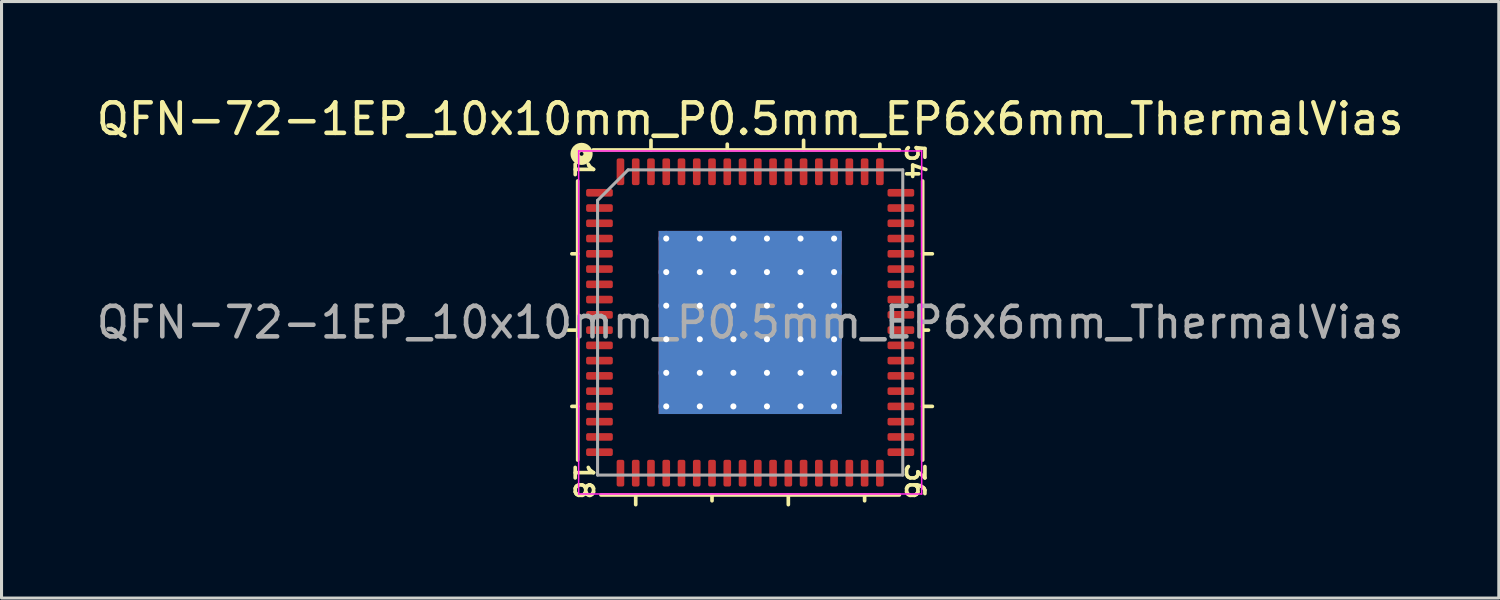
<source format=kicad_pcb>
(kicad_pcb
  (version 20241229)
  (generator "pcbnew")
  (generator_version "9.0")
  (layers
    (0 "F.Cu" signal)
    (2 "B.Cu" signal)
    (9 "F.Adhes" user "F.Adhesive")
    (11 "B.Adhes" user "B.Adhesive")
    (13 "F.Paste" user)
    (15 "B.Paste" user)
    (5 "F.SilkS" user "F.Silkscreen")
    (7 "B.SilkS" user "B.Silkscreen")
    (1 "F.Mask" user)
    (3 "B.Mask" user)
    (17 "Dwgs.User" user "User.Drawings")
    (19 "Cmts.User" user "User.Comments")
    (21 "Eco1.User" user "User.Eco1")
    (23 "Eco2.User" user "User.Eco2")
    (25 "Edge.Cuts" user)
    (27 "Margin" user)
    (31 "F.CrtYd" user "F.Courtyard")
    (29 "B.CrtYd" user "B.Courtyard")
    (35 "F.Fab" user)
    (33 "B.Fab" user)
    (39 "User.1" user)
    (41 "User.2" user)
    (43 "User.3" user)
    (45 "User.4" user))
  (footprint "QFN-72-1EP_10x10mm_P0.5mm_EP6x6mm_ThermalVias"
    (layer "F.Cu")
    (at 21.53 7.516)
    (property "Reference" "QFN-72-1EP_10x10mm_P0.5mm_EP6x6mm_ThermalVias" (at 0 -6.668 0) (layer "F.SilkS") (effects (font (size 1 1) (thickness 0.15))))
    (attr smd)
    (fp_line (start -5.652 -4.636) (end -5.652 4.508) (stroke (width 0.12) (type solid)) (layer "F.SilkS"))
    (fp_line (start -5.652 -2.25) (end -5.842 -2.25) (stroke (width 0.12) (type solid)) (layer "F.SilkS"))
    (fp_line (start -5.652 0.25) (end -5.969 0.25) (stroke (width 0.12) (type solid)) (layer "F.SilkS"))
    (fp_line (start -5.652 2.75) (end -5.842 2.75) (stroke (width 0.12) (type solid)) (layer "F.SilkS"))
    (fp_line (start -4.889 5.652) (end 4.889 5.652) (stroke (width 0.12) (type solid)) (layer "F.SilkS"))
    (fp_line (start -3.75 5.652) (end -3.75 5.969) (stroke (width 0.12) (type solid)) (layer "F.SilkS"))
    (fp_line (start -3.25 -5.652) (end -3.25 -5.969) (stroke (width 0.12) (type solid)) (layer "F.SilkS"))
    (fp_line (start -1.25 5.652) (end -1.25 5.842) (stroke (width 0.12) (type solid)) (layer "F.SilkS"))
    (fp_line (start -0.75 -5.652) (end -0.75 -5.842) (stroke (width 0.12) (type solid)) (layer "F.SilkS"))
    (fp_line (start 1.25 5.652) (end 1.25 5.969) (stroke (width 0.12) (type solid)) (layer "F.SilkS"))
    (fp_line (start 1.75 -5.652) (end 1.75 -5.969) (stroke (width 0.12) (type solid)) (layer "F.SilkS"))
    (fp_line (start 3.75 5.652) (end 3.75 5.842) (stroke (width 0.12) (type solid)) (layer "F.SilkS"))
    (fp_line (start 4.25 -5.652) (end 4.25 -5.842) (stroke (width 0.12) (type solid)) (layer "F.SilkS"))
    (fp_line (start 4.889 -5.652) (end -5.144 -5.652) (stroke (width 0.12) (type solid)) (layer "F.SilkS"))
    (fp_line (start 5.652 -2.25) (end 5.969 -2.25) (stroke (width 0.12) (type solid)) (layer "F.SilkS"))
    (fp_line (start 5.652 0.25) (end 5.842 0.25) (stroke (width 0.12) (type solid)) (layer "F.SilkS"))
    (fp_line (start 5.652 2.75) (end 5.969 2.75) (stroke (width 0.12) (type solid)) (layer "F.SilkS"))
    (fp_line (start 5.652 4.508) (end 5.652 -4.636) (stroke (width 0.12) (type solid)) (layer "F.SilkS"))
    (fp_circle (center -5.524 -5.524) (end -5.461 -5.524) (stroke (width 0.3) (type solid)) (fill no) (layer "F.SilkS"))
    (fp_line (start -5.62 -5.62) (end -5.62 5.62) (stroke (width 0.05) (type solid)) (layer "F.CrtYd"))
    (fp_line (start -5.62 5.62) (end 5.62 5.62) (stroke (width 0.05) (type solid)) (layer "F.CrtYd"))
    (fp_line (start 5.62 -5.62) (end -5.62 -5.62) (stroke (width 0.05) (type solid)) (layer "F.CrtYd"))
    (fp_line (start 5.62 5.62) (end 5.62 -5.62) (stroke (width 0.05) (type solid)) (layer "F.CrtYd"))
    (fp_line (start -5 -4) (end -4 -5) (stroke (width 0.1) (type solid)) (layer "F.Fab"))
    (fp_line (start -5 5) (end -5 -4) (stroke (width 0.1) (type solid)) (layer "F.Fab"))
    (fp_line (start -4 -5) (end 5 -5) (stroke (width 0.1) (type solid)) (layer "F.Fab"))
    (fp_line (start 5 -5) (end 5 5) (stroke (width 0.1) (type solid)) (layer "F.Fab"))
    (fp_line (start 5 5) (end -5 5) (stroke (width 0.1) (type solid)) (layer "F.Fab"))
    (fp_text user "36" (at 5.397 5.207 270) (unlocked yes) (layer "F.SilkS") (effects (font (size 0.6 0.6) (thickness 0.12))))
    (fp_text user "18" (at -5.461 5.207 270) (unlocked yes) (layer "F.SilkS") (effects (font (size 0.6 0.6) (thickness 0.12))))
    (fp_text user "54" (at 5.397 -5.271 270) (unlocked yes) (layer "F.SilkS") (effects (font (size 0.6 0.6) (thickness 0.12))))
    (fp_text user "1" (at -5.461 -5.016 270) (unlocked yes) (layer "F.SilkS") (effects (font (size 0.6 0.6) (thickness 0.12))))
    (fp_text user "${REFERENCE}" (at 0 0 0) (layer "F.Fab") (effects (font (size 1 1) (thickness 0.15))))
    (pad "" smd roundrect (at -2.2 -2.2) (size 0.93 0.93) (layers "F.Paste") (roundrect_rratio 0.25))
    (pad "" smd roundrect (at -2.2 -1.1) (size 0.93 0.93) (layers "F.Paste") (roundrect_rratio 0.25))
    (pad "" smd roundrect (at -2.2 0) (size 0.93 0.93) (layers "F.Paste") (roundrect_rratio 0.25))
    (pad "" smd roundrect (at -2.2 1.1) (size 0.93 0.93) (layers "F.Paste") (roundrect_rratio 0.25))
    (pad "" smd roundrect (at -2.2 2.2) (size 0.93 0.93) (layers "F.Paste") (roundrect_rratio 0.25))
    (pad "" smd roundrect (at -1.1 -2.2) (size 0.93 0.93) (layers "F.Paste") (roundrect_rratio 0.25))
    (pad "" smd roundrect (at -1.1 -1.1) (size 0.93 0.93) (layers "F.Paste") (roundrect_rratio 0.25))
    (pad "" smd roundrect (at -1.1 0) (size 0.93 0.93) (layers "F.Paste") (roundrect_rratio 0.25))
    (pad "" smd roundrect (at -1.1 1.1) (size 0.93 0.93) (layers "F.Paste") (roundrect_rratio 0.25))
    (pad "" smd roundrect (at -1.1 2.2) (size 0.93 0.93) (layers "F.Paste") (roundrect_rratio 0.25))
    (pad "" smd roundrect (at 0 -2.2) (size 0.93 0.93) (layers "F.Paste") (roundrect_rratio 0.25))
    (pad "" smd roundrect (at 0 -1.1) (size 0.93 0.93) (layers "F.Paste") (roundrect_rratio 0.25))
    (pad "" smd roundrect (at 0 0) (size 0.93 0.93) (layers "F.Paste") (roundrect_rratio 0.25))
    (pad "" smd roundrect (at 0 1.1) (size 0.93 0.93) (layers "F.Paste") (roundrect_rratio 0.25))
    (pad "" smd roundrect (at 0 2.2) (size 0.93 0.93) (layers "F.Paste") (roundrect_rratio 0.25))
    (pad "" smd roundrect (at 1.1 -2.2) (size 0.93 0.93) (layers "F.Paste") (roundrect_rratio 0.25))
    (pad "" smd roundrect (at 1.1 -1.1) (size 0.93 0.93) (layers "F.Paste") (roundrect_rratio 0.25))
    (pad "" smd roundrect (at 1.1 0) (size 0.93 0.93) (layers "F.Paste") (roundrect_rratio 0.25))
    (pad "" smd roundrect (at 1.1 1.1) (size 0.93 0.93) (layers "F.Paste") (roundrect_rratio 0.25))
    (pad "" smd roundrect (at 1.1 2.2) (size 0.93 0.93) (layers "F.Paste") (roundrect_rratio 0.25))
    (pad "" smd roundrect (at 2.2 -2.2) (size 0.93 0.93) (layers "F.Paste") (roundrect_rratio 0.25))
    (pad "" smd roundrect (at 2.2 -1.1) (size 0.93 0.93) (layers "F.Paste") (roundrect_rratio 0.25))
    (pad "" smd roundrect (at 2.2 0) (size 0.93 0.93) (layers "F.Paste") (roundrect_rratio 0.25))
    (pad "" smd roundrect (at 2.2 1.1) (size 0.93 0.93) (layers "F.Paste") (roundrect_rratio 0.25))
    (pad "" smd roundrect (at 2.2 2.2) (size 0.93 0.93) (layers "F.Paste") (roundrect_rratio 0.25))
    (pad "1" smd roundrect (at -4.938 -4.25) (size 0.875 0.25) (layers "F.Cu" "F.Mask" "F.Paste") (roundrect_rratio 0.25))
    (pad "2" smd roundrect (at -4.938 -3.75) (size 0.875 0.25) (layers "F.Cu" "F.Mask" "F.Paste") (roundrect_rratio 0.25))
    (pad "3" smd roundrect (at -4.938 -3.25) (size 0.875 0.25) (layers "F.Cu" "F.Mask" "F.Paste") (roundrect_rratio 0.25))
    (pad "4" smd roundrect (at -4.938 -2.75) (size 0.875 0.25) (layers "F.Cu" "F.Mask" "F.Paste") (roundrect_rratio 0.25))
    (pad "5" smd roundrect (at -4.938 -2.25) (size 0.875 0.25) (layers "F.Cu" "F.Mask" "F.Paste") (roundrect_rratio 0.25))
    (pad "6" smd roundrect (at -4.938 -1.75) (size 0.875 0.25) (layers "F.Cu" "F.Mask" "F.Paste") (roundrect_rratio 0.25))
    (pad "7" smd roundrect (at -4.938 -1.25) (size 0.875 0.25) (layers "F.Cu" "F.Mask" "F.Paste") (roundrect_rratio 0.25))
    (pad "8" smd roundrect (at -4.938 -0.75) (size 0.875 0.25) (layers "F.Cu" "F.Mask" "F.Paste") (roundrect_rratio 0.25))
    (pad "9" smd roundrect (at -4.938 -0.25) (size 0.875 0.25) (layers "F.Cu" "F.Mask" "F.Paste") (roundrect_rratio 0.25))
    (pad "10" smd roundrect (at -4.938 0.25) (size 0.875 0.25) (layers "F.Cu" "F.Mask" "F.Paste") (roundrect_rratio 0.25))
    (pad "11" smd roundrect (at -4.938 0.75) (size 0.875 0.25) (layers "F.Cu" "F.Mask" "F.Paste") (roundrect_rratio 0.25))
    (pad "12" smd roundrect (at -4.938 1.25) (size 0.875 0.25) (layers "F.Cu" "F.Mask" "F.Paste") (roundrect_rratio 0.25))
    (pad "13" smd roundrect (at -4.938 1.75) (size 0.875 0.25) (layers "F.Cu" "F.Mask" "F.Paste") (roundrect_rratio 0.25))
    (pad "14" smd roundrect (at -4.938 2.25) (size 0.875 0.25) (layers "F.Cu" "F.Mask" "F.Paste") (roundrect_rratio 0.25))
    (pad "15" smd roundrect (at -4.938 2.75) (size 0.875 0.25) (layers "F.Cu" "F.Mask" "F.Paste") (roundrect_rratio 0.25))
    (pad "16" smd roundrect (at -4.938 3.25) (size 0.875 0.25) (layers "F.Cu" "F.Mask" "F.Paste") (roundrect_rratio 0.25))
    (pad "17" smd roundrect (at -4.938 3.75) (size 0.875 0.25) (layers "F.Cu" "F.Mask" "F.Paste") (roundrect_rratio 0.25))
    (pad "18" smd roundrect (at -4.938 4.25) (size 0.875 0.25) (layers "F.Cu" "F.Mask" "F.Paste") (roundrect_rratio 0.25))
    (pad "19" smd roundrect (at -4.25 4.938) (size 0.25 0.875) (layers "F.Cu" "F.Mask" "F.Paste") (roundrect_rratio 0.25))
    (pad "20" smd roundrect (at -3.75 4.938) (size 0.25 0.875) (layers "F.Cu" "F.Mask" "F.Paste") (roundrect_rratio 0.25))
    (pad "21" smd roundrect (at -3.25 4.938) (size 0.25 0.875) (layers "F.Cu" "F.Mask" "F.Paste") (roundrect_rratio 0.25))
    (pad "22" smd roundrect (at -2.75 4.938) (size 0.25 0.875) (layers "F.Cu" "F.Mask" "F.Paste") (roundrect_rratio 0.25))
    (pad "23" smd roundrect (at -2.25 4.938) (size 0.25 0.875) (layers "F.Cu" "F.Mask" "F.Paste") (roundrect_rratio 0.25))
    (pad "24" smd roundrect (at -1.75 4.938) (size 0.25 0.875) (layers "F.Cu" "F.Mask" "F.Paste") (roundrect_rratio 0.25))
    (pad "25" smd roundrect (at -1.25 4.938) (size 0.25 0.875) (layers "F.Cu" "F.Mask" "F.Paste") (roundrect_rratio 0.25))
    (pad "26" smd roundrect (at -0.75 4.938) (size 0.25 0.875) (layers "F.Cu" "F.Mask" "F.Paste") (roundrect_rratio 0.25))
    (pad "27" smd roundrect (at -0.25 4.938) (size 0.25 0.875) (layers "F.Cu" "F.Mask" "F.Paste") (roundrect_rratio 0.25))
    (pad "28" smd roundrect (at 0.25 4.938) (size 0.25 0.875) (layers "F.Cu" "F.Mask" "F.Paste") (roundrect_rratio 0.25))
    (pad "29" smd roundrect (at 0.75 4.938) (size 0.25 0.875) (layers "F.Cu" "F.Mask" "F.Paste") (roundrect_rratio 0.25))
    (pad "30" smd roundrect (at 1.25 4.938) (size 0.25 0.875) (layers "F.Cu" "F.Mask" "F.Paste") (roundrect_rratio 0.25))
    (pad "31" smd roundrect (at 1.75 4.938) (size 0.25 0.875) (layers "F.Cu" "F.Mask" "F.Paste") (roundrect_rratio 0.25))
    (pad "32" smd roundrect (at 2.25 4.938) (size 0.25 0.875) (layers "F.Cu" "F.Mask" "F.Paste") (roundrect_rratio 0.25))
    (pad "33" smd roundrect (at 2.75 4.938) (size 0.25 0.875) (layers "F.Cu" "F.Mask" "F.Paste") (roundrect_rratio 0.25))
    (pad "34" smd roundrect (at 3.25 4.938) (size 0.25 0.875) (layers "F.Cu" "F.Mask" "F.Paste") (roundrect_rratio 0.25))
    (pad "35" smd roundrect (at 3.75 4.938) (size 0.25 0.875) (layers "F.Cu" "F.Mask" "F.Paste") (roundrect_rratio 0.25))
    (pad "36" smd roundrect (at 4.25 4.938) (size 0.25 0.875) (layers "F.Cu" "F.Mask" "F.Paste") (roundrect_rratio 0.25))
    (pad "37" smd roundrect (at 4.938 4.25) (size 0.875 0.25) (layers "F.Cu" "F.Mask" "F.Paste") (roundrect_rratio 0.25))
    (pad "38" smd roundrect (at 4.938 3.75) (size 0.875 0.25) (layers "F.Cu" "F.Mask" "F.Paste") (roundrect_rratio 0.25))
    (pad "39" smd roundrect (at 4.938 3.25) (size 0.875 0.25) (layers "F.Cu" "F.Mask" "F.Paste") (roundrect_rratio 0.25))
    (pad "40" smd roundrect (at 4.938 2.75) (size 0.875 0.25) (layers "F.Cu" "F.Mask" "F.Paste") (roundrect_rratio 0.25))
    (pad "41" smd roundrect (at 4.938 2.25) (size 0.875 0.25) (layers "F.Cu" "F.Mask" "F.Paste") (roundrect_rratio 0.25))
    (pad "42" smd roundrect (at 4.938 1.75) (size 0.875 0.25) (layers "F.Cu" "F.Mask" "F.Paste") (roundrect_rratio 0.25))
    (pad "43" smd roundrect (at 4.938 1.25) (size 0.875 0.25) (layers "F.Cu" "F.Mask" "F.Paste") (roundrect_rratio 0.25))
    (pad "44" smd roundrect (at 4.938 0.75) (size 0.875 0.25) (layers "F.Cu" "F.Mask" "F.Paste") (roundrect_rratio 0.25))
    (pad "45" smd roundrect (at 4.938 0.25) (size 0.875 0.25) (layers "F.Cu" "F.Mask" "F.Paste") (roundrect_rratio 0.25))
    (pad "46" smd roundrect (at 4.938 -0.25) (size 0.875 0.25) (layers "F.Cu" "F.Mask" "F.Paste") (roundrect_rratio 0.25))
    (pad "47" smd roundrect (at 4.938 -0.75) (size 0.875 0.25) (layers "F.Cu" "F.Mask" "F.Paste") (roundrect_rratio 0.25))
    (pad "48" smd roundrect (at 4.938 -1.25) (size 0.875 0.25) (layers "F.Cu" "F.Mask" "F.Paste") (roundrect_rratio 0.25))
    (pad "49" smd roundrect (at 4.938 -1.75) (size 0.875 0.25) (layers "F.Cu" "F.Mask" "F.Paste") (roundrect_rratio 0.25))
    (pad "50" smd roundrect (at 4.938 -2.25) (size 0.875 0.25) (layers "F.Cu" "F.Mask" "F.Paste") (roundrect_rratio 0.25))
    (pad "51" smd roundrect (at 4.938 -2.75) (size 0.875 0.25) (layers "F.Cu" "F.Mask" "F.Paste") (roundrect_rratio 0.25))
    (pad "52" smd roundrect (at 4.938 -3.25) (size 0.875 0.25) (layers "F.Cu" "F.Mask" "F.Paste") (roundrect_rratio 0.25))
    (pad "53" smd roundrect (at 4.938 -3.75) (size 0.875 0.25) (layers "F.Cu" "F.Mask" "F.Paste") (roundrect_rratio 0.25))
    (pad "54" smd roundrect (at 4.938 -4.25) (size 0.875 0.25) (layers "F.Cu" "F.Mask" "F.Paste") (roundrect_rratio 0.25))
    (pad "55" smd roundrect (at 4.25 -4.938) (size 0.25 0.875) (layers "F.Cu" "F.Mask" "F.Paste") (roundrect_rratio 0.25))
    (pad "56" smd roundrect (at 3.75 -4.938) (size 0.25 0.875) (layers "F.Cu" "F.Mask" "F.Paste") (roundrect_rratio 0.25))
    (pad "57" smd roundrect (at 3.25 -4.938) (size 0.25 0.875) (layers "F.Cu" "F.Mask" "F.Paste") (roundrect_rratio 0.25))
    (pad "58" smd roundrect (at 2.75 -4.938) (size 0.25 0.875) (layers "F.Cu" "F.Mask" "F.Paste") (roundrect_rratio 0.25))
    (pad "59" smd roundrect (at 2.25 -4.938) (size 0.25 0.875) (layers "F.Cu" "F.Mask" "F.Paste") (roundrect_rratio 0.25))
    (pad "60" smd roundrect (at 1.75 -4.938) (size 0.25 0.875) (layers "F.Cu" "F.Mask" "F.Paste") (roundrect_rratio 0.25))
    (pad "61" smd roundrect (at 1.25 -4.938) (size 0.25 0.875) (layers "F.Cu" "F.Mask" "F.Paste") (roundrect_rratio 0.25))
    (pad "62" smd roundrect (at 0.75 -4.938) (size 0.25 0.875) (layers "F.Cu" "F.Mask" "F.Paste") (roundrect_rratio 0.25))
    (pad "63" smd roundrect (at 0.25 -4.938) (size 0.25 0.875) (layers "F.Cu" "F.Mask" "F.Paste") (roundrect_rratio 0.25))
    (pad "64" smd roundrect (at -0.25 -4.938) (size 0.25 0.875) (layers "F.Cu" "F.Mask" "F.Paste") (roundrect_rratio 0.25))
    (pad "65" smd roundrect (at -0.75 -4.938) (size 0.25 0.875) (layers "F.Cu" "F.Mask" "F.Paste") (roundrect_rratio 0.25))
    (pad "66" smd roundrect (at -1.25 -4.938) (size 0.25 0.875) (layers "F.Cu" "F.Mask" "F.Paste") (roundrect_rratio 0.25))
    (pad "67" smd roundrect (at -1.75 -4.938) (size 0.25 0.875) (layers "F.Cu" "F.Mask" "F.Paste") (roundrect_rratio 0.25))
    (pad "68" smd roundrect (at -2.25 -4.938) (size 0.25 0.875) (layers "F.Cu" "F.Mask" "F.Paste") (roundrect_rratio 0.25))
    (pad "69" smd roundrect (at -2.75 -4.938) (size 0.25 0.875) (layers "F.Cu" "F.Mask" "F.Paste") (roundrect_rratio 0.25))
    (pad "70" smd roundrect (at -3.25 -4.938) (size 0.25 0.875) (layers "F.Cu" "F.Mask" "F.Paste") (roundrect_rratio 0.25))
    (pad "71" smd roundrect (at -3.75 -4.938) (size 0.25 0.875) (layers "F.Cu" "F.Mask" "F.Paste") (roundrect_rratio 0.25))
    (pad "72" smd roundrect (at -4.25 -4.938) (size 0.25 0.875) (layers "F.Cu" "F.Mask" "F.Paste") (roundrect_rratio 0.25))
    (pad "73" thru_hole circle (at -2.75 -2.75) (size 0.5 0.5) (drill 0.2) (layers "*.Cu"))
    (pad "73" thru_hole circle (at -2.75 -1.65) (size 0.5 0.5) (drill 0.2) (layers "*.Cu"))
    (pad "73" thru_hole circle (at -2.75 -0.55) (size 0.5 0.5) (drill 0.2) (layers "*.Cu"))
    (pad "73" thru_hole circle (at -2.75 0.55) (size 0.5 0.5) (drill 0.2) (layers "*.Cu"))
    (pad "73" thru_hole circle (at -2.75 1.65) (size 0.5 0.5) (drill 0.2) (layers "*.Cu"))
    (pad "73" thru_hole circle (at -2.75 2.75) (size 0.5 0.5) (drill 0.2) (layers "*.Cu"))
    (pad "73" thru_hole circle (at -1.65 -2.75) (size 0.5 0.5) (drill 0.2) (layers "*.Cu"))
    (pad "73" thru_hole circle (at -1.65 -1.65) (size 0.5 0.5) (drill 0.2) (layers "*.Cu"))
    (pad "73" thru_hole circle (at -1.65 -0.55) (size 0.5 0.5) (drill 0.2) (layers "*.Cu"))
    (pad "73" thru_hole circle (at -1.65 0.55) (size 0.5 0.5) (drill 0.2) (layers "*.Cu"))
    (pad "73" thru_hole circle (at -1.65 1.65) (size 0.5 0.5) (drill 0.2) (layers "*.Cu"))
    (pad "73" thru_hole circle (at -1.65 2.75) (size 0.5 0.5) (drill 0.2) (layers "*.Cu"))
    (pad "73" thru_hole circle (at -0.55 -2.75) (size 0.5 0.5) (drill 0.2) (layers "*.Cu"))
    (pad "73" thru_hole circle (at -0.55 -1.65) (size 0.5 0.5) (drill 0.2) (layers "*.Cu"))
    (pad "73" thru_hole circle (at -0.55 -0.55) (size 0.5 0.5) (drill 0.2) (layers "*.Cu"))
    (pad "73" thru_hole circle (at -0.55 0.55) (size 0.5 0.5) (drill 0.2) (layers "*.Cu"))
    (pad "73" thru_hole circle (at -0.55 1.65) (size 0.5 0.5) (drill 0.2) (layers "*.Cu"))
    (pad "73" thru_hole circle (at -0.55 2.75) (size 0.5 0.5) (drill 0.2) (layers "*.Cu"))
    (pad "73" smd rect (at 0 0) (size 6 6) (layers "F.Cu" "F.Mask"))
    (pad "73" smd rect (at 0 0) (size 6 6) (layers "B.Cu" "B.Mask"))
    (pad "73" thru_hole circle (at 0.55 -2.75) (size 0.5 0.5) (drill 0.2) (layers "*.Cu"))
    (pad "73" thru_hole circle (at 0.55 -1.65) (size 0.5 0.5) (drill 0.2) (layers "*.Cu"))
    (pad "73" thru_hole circle (at 0.55 -0.55) (size 0.5 0.5) (drill 0.2) (layers "*.Cu"))
    (pad "73" thru_hole circle (at 0.55 0.55) (size 0.5 0.5) (drill 0.2) (layers "*.Cu"))
    (pad "73" thru_hole circle (at 0.55 1.65) (size 0.5 0.5) (drill 0.2) (layers "*.Cu"))
    (pad "73" thru_hole circle (at 0.55 2.75) (size 0.5 0.5) (drill 0.2) (layers "*.Cu"))
    (pad "73" thru_hole circle (at 1.65 -2.75) (size 0.5 0.5) (drill 0.2) (layers "*.Cu"))
    (pad "73" thru_hole circle (at 1.65 -1.65) (size 0.5 0.5) (drill 0.2) (layers "*.Cu"))
    (pad "73" thru_hole circle (at 1.65 -0.55) (size 0.5 0.5) (drill 0.2) (layers "*.Cu"))
    (pad "73" thru_hole circle (at 1.65 0.55) (size 0.5 0.5) (drill 0.2) (layers "*.Cu"))
    (pad "73" thru_hole circle (at 1.65 1.65) (size 0.5 0.5) (drill 0.2) (layers "*.Cu"))
    (pad "73" thru_hole circle (at 1.65 2.75) (size 0.5 0.5) (drill 0.2) (layers "*.Cu"))
    (pad "73" thru_hole circle (at 2.75 -2.75) (size 0.5 0.5) (drill 0.2) (layers "*.Cu"))
    (pad "73" thru_hole circle (at 2.75 -1.65) (size 0.5 0.5) (drill 0.2) (layers "*.Cu"))
    (pad "73" thru_hole circle (at 2.75 -0.55) (size 0.5 0.5) (drill 0.2) (layers "*.Cu"))
    (pad "73" thru_hole circle (at 2.75 0.55) (size 0.5 0.5) (drill 0.2) (layers "*.Cu"))
    (pad "73" thru_hole circle (at 2.75 1.65) (size 0.5 0.5) (drill 0.2) (layers "*.Cu"))
    (pad "73" thru_hole circle (at 2.75 2.75) (size 0.5 0.5) (drill 0.2) (layers "*.Cu")))
  (gr_rect
    (start -3 -3)
    (end 46.06 16.545)
    (stroke (width 0.1) (type default))
    (fill no)
    (layer "Edge.Cuts")))
</source>
